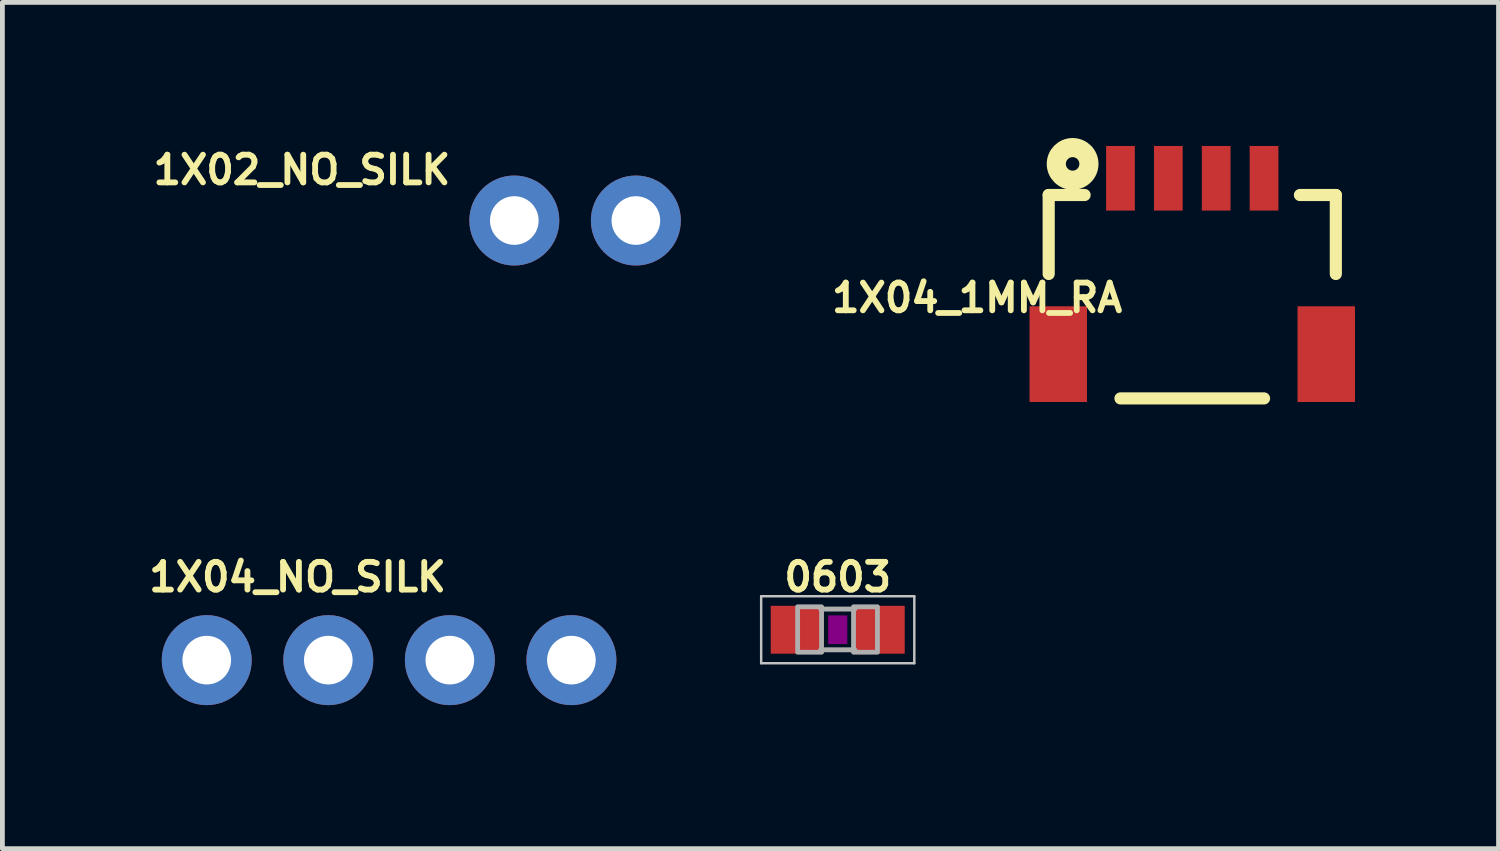
<source format=kicad_pcb>
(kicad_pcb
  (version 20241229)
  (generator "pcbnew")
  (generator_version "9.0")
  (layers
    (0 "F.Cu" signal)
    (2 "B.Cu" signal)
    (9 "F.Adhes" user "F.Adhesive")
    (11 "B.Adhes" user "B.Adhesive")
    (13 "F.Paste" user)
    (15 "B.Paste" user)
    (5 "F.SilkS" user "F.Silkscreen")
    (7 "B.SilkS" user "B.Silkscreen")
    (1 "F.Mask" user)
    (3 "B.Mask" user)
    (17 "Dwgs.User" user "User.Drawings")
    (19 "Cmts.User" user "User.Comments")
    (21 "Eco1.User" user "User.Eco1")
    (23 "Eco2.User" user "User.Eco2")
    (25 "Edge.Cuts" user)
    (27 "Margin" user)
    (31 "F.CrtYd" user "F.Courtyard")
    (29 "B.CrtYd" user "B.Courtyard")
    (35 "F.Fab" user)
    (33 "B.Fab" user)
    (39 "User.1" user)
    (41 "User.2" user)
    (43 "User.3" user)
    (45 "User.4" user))
  (footprint "1X04_1MM_RA"
    (layer "F.Cu")
    (at 21.863 0.675)
    (property "Reference" "1X04_1MM_RA" (at -1.397 2.159 0) (layer "F.SilkS") (effects (font (size 0.579 0.579) (thickness 0.122)) (justify right top)))
    (attr through_hole)
    (fp_line (start -3 0.35) (end -2.25 0.35) (stroke (width 0.254) (type solid)) (layer "F.SilkS"))
    (fp_line (start -3 2) (end -3 0.35) (stroke (width 0.254) (type solid)) (layer "F.SilkS"))
    (fp_line (start -1.5 4.6) (end 1.5 4.6) (stroke (width 0.254) (type solid)) (layer "F.SilkS"))
    (fp_line (start 2.25 0.35) (end 3 0.35) (stroke (width 0.254) (type solid)) (layer "F.SilkS"))
    (fp_line (start 3 0.35) (end 3 2) (stroke (width 0.254) (type solid)) (layer "F.SilkS"))
    (fp_circle (center -2.5 -0.3) (end -2.359 -0.3) (stroke (width 0.4) (type solid)) (fill no) (layer "F.SilkS"))
    (pad "1" smd rect (at -1.5 0) (size 0.6 1.35) (layers "F.Cu" "F.Mask" "F.Paste"))
    (pad "2" smd rect (at -0.5 0) (size 0.6 1.35) (layers "F.Cu" "F.Mask" "F.Paste"))
    (pad "3" smd rect (at 0.5 0) (size 0.6 1.35) (layers "F.Cu" "F.Mask" "F.Paste"))
    (pad "4" smd rect (at 1.5 0) (size 0.6 1.35) (layers "F.Cu" "F.Mask" "F.Paste"))
    (pad "NC1" smd rect (at 2.8 3.675) (size 1.2 2) (layers "F.Cu" "F.Mask" "F.Paste"))
    (pad "NC2" smd rect (at -2.8 3.675) (size 1.2 2) (layers "F.Cu" "F.Mask" "F.Paste")))
  (footprint "1X04_NO_SILK"
    (layer "F.Cu")
    (at 1.27 10.744)
    (property "Reference" "1X04_NO_SILK" (at -1.27 -1.397 0) (layer "F.SilkS") (effects (font (size 0.579 0.579) (thickness 0.122)) (justify left bottom)))
    (attr through_hole)
    (fp_poly (pts (xy -0.254 0.254) (xy 0.254 0.254) (xy 0.254 -0.254) (xy -0.254 -0.254)) (stroke (width 0.1) (type solid)) (fill no) (layer "F.Fab"))
    (fp_poly (pts (xy 2.286 0.254) (xy 2.794 0.254) (xy 2.794 -0.254) (xy 2.286 -0.254)) (stroke (width 0.1) (type solid)) (fill no) (layer "F.Fab"))
    (fp_poly (pts (xy 4.826 0.254) (xy 5.334 0.254) (xy 5.334 -0.254) (xy 4.826 -0.254)) (stroke (width 0.1) (type solid)) (fill no) (layer "F.Fab"))
    (fp_poly (pts (xy 7.366 0.254) (xy 7.874 0.254) (xy 7.874 -0.254) (xy 7.366 -0.254)) (stroke (width 0.1) (type solid)) (fill no) (layer "F.Fab"))
    (pad "1" thru_hole circle (at 0 0 90) (size 1.88 1.88) (drill 1.016) (layers "*.Cu" "*.Mask"))
    (pad "2" thru_hole circle (at 2.54 0 90) (size 1.88 1.88) (drill 1.016) (layers "*.Cu" "*.Mask"))
    (pad "3" thru_hole circle (at 5.08 0 90) (size 1.88 1.88) (drill 1.016) (layers "*.Cu" "*.Mask"))
    (pad "4" thru_hole circle (at 7.62 0 90) (size 1.88 1.88) (drill 1.016) (layers "*.Cu" "*.Mask")))
  (footprint "0603"
    (layer "F.Cu")
    (at 14.455 10.109)
    (property "Reference" "0603" (at 0 -0.762 0) (layer "F.SilkS") (effects (font (size 0.579 0.579) (thickness 0.122)) (justify bottom)))
    (attr through_hole)
    (fp_poly (pts (xy -0.2 0.3) (xy 0.2 0.3) (xy 0.2 -0.3) (xy -0.2 -0.3)) (stroke (width 0) (type solid)) (fill yes) (layer "F.Adhes"))
    (fp_line (start -1.6 -0.7) (end 1.6 -0.7) (stroke (width 0.051) (type solid)) (layer "Dwgs.User"))
    (fp_line (start -1.6 0.7) (end -1.6 -0.7) (stroke (width 0.051) (type solid)) (layer "Dwgs.User"))
    (fp_line (start 1.6 -0.7) (end 1.6 0.7) (stroke (width 0.051) (type solid)) (layer "Dwgs.User"))
    (fp_line (start 1.6 0.7) (end -1.6 0.7) (stroke (width 0.051) (type solid)) (layer "Dwgs.User"))
    (fp_line (start -0.356 -0.432) (end 0.356 -0.432) (stroke (width 0.102) (type solid)) (layer "F.Fab"))
    (fp_line (start -0.356 0.419) (end 0.356 0.419) (stroke (width 0.102) (type solid)) (layer "F.Fab"))
    (fp_poly (pts (xy -0.838 0.47) (xy -0.338 0.47) (xy -0.338 -0.48) (xy -0.838 -0.48)) (stroke (width 0.1) (type solid)) (fill no) (layer "F.Fab"))
    (fp_poly (pts (xy 0.33 0.47) (xy 0.83 0.47) (xy 0.83 -0.48) (xy 0.33 -0.48)) (stroke (width 0.1) (type solid)) (fill no) (layer "F.Fab"))
    (pad "1" smd rect (at -0.85 0) (size 1.1 1) (layers "F.Cu" "F.Mask" "F.Paste"))
    (pad "2" smd rect (at 0.85 0) (size 1.1 1) (layers "F.Cu" "F.Mask" "F.Paste")))
  (footprint "1X02_NO_SILK"
    (layer "F.Cu")
    (at 7.697 1.558)
    (property "Reference" "1X02_NO_SILK" (at -1.27 -1.397 0) (layer "F.SilkS") (effects (font (size 0.579 0.579) (thickness 0.122)) (justify right top)))
    (attr through_hole)
    (fp_poly (pts (xy -0.254 0.254) (xy 0.254 0.254) (xy 0.254 -0.254) (xy -0.254 -0.254)) (stroke (width 0.1) (type solid)) (fill no) (layer "F.Fab"))
    (fp_poly (pts (xy 2.286 0.254) (xy 2.794 0.254) (xy 2.794 -0.254) (xy 2.286 -0.254)) (stroke (width 0.1) (type solid)) (fill no) (layer "F.Fab"))
    (pad "1" thru_hole circle (at 0 0 90) (size 1.88 1.88) (drill 1.016) (layers "*.Cu" "*.Mask"))
    (pad "2" thru_hole circle (at 2.54 0 90) (size 1.88 1.88) (drill 1.016) (layers "*.Cu" "*.Mask")))
  (gr_rect
    (start -3 -3)
    (end 28.263 14.684)
    (stroke (width 0.1) (type default))
    (fill no)
    (layer "Edge.Cuts")))
</source>
